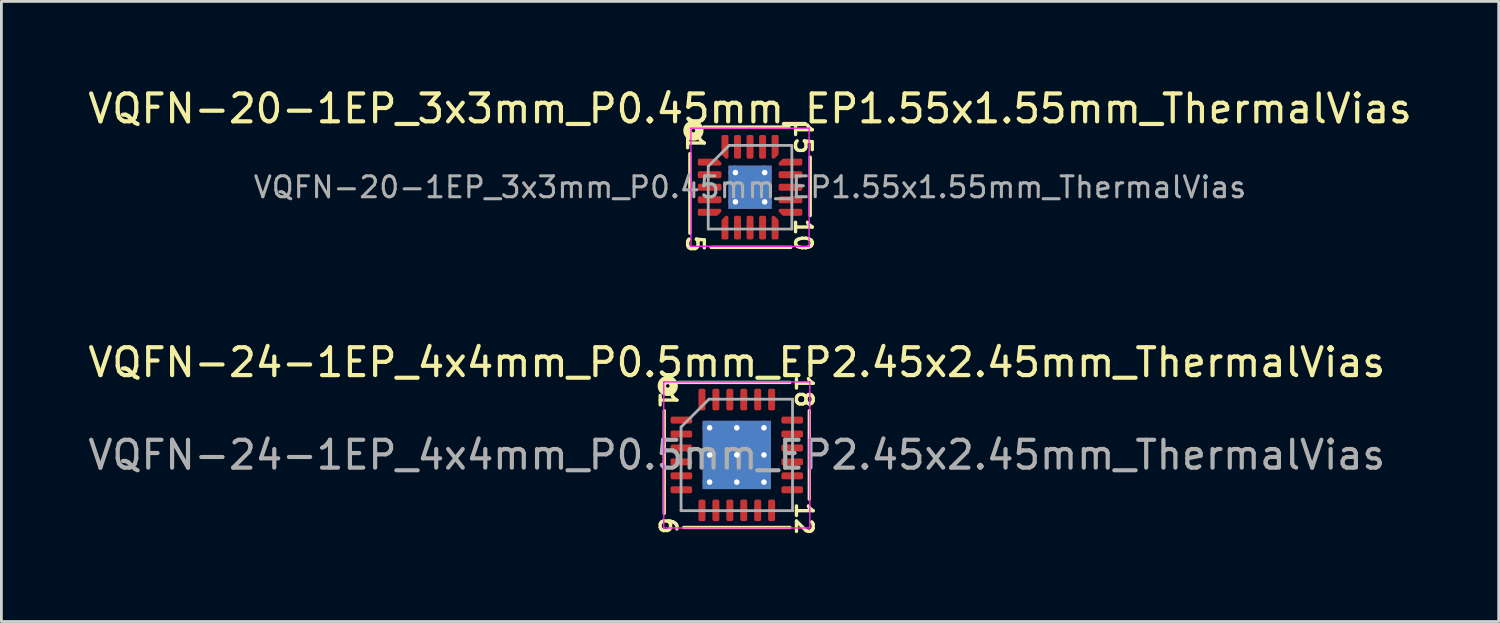
<source format=kicad_pcb>
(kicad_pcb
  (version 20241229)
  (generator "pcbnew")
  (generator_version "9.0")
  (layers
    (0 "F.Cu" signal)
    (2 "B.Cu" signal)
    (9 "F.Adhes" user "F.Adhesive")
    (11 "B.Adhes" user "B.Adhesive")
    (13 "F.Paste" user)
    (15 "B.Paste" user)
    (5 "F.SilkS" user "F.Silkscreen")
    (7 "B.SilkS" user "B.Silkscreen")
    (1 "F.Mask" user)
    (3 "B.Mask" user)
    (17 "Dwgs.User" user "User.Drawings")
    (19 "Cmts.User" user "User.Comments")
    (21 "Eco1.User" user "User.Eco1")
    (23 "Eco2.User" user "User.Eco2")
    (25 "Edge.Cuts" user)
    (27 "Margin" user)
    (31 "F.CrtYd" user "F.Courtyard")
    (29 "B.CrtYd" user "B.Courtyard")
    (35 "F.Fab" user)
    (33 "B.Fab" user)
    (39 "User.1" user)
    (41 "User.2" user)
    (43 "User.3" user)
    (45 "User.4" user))
  (footprint "VQFN-24-1EP_4x4mm_P0.5mm_EP2.45x2.45mm_ThermalVias"
    (layer "F.Cu")
    (at 23.387 13.274)
    (property "Reference" "VQFN-24-1EP_4x4mm_P0.5mm_EP2.45x2.45mm_ThermalVias" (at 0 -3.32 0) (layer "F.SilkS") (effects (font (size 1 1) (thickness 0.15))))
    (attr smd)
    (fp_line (start -2.603 -1.587) (end -2.603 2.095) (stroke (width 0.12) (type solid)) (layer "F.SilkS"))
    (fp_line (start -1.905 2.603) (end 1.905 2.603) (stroke (width 0.12) (type solid)) (layer "F.SilkS"))
    (fp_line (start 1.905 -2.603) (end -2.095 -2.603) (stroke (width 0.12) (type solid)) (layer "F.SilkS"))
    (fp_line (start 2.603 1.587) (end 2.603 -1.587) (stroke (width 0.12) (type solid)) (layer "F.SilkS"))
    (fp_circle (center -2.477 -2.477) (end -2.413 -2.477) (stroke (width 0.3) (type solid)) (fill no) (layer "F.SilkS"))
    (fp_line (start -2.62 -2.62) (end -2.62 2.62) (stroke (width 0.05) (type solid)) (layer "F.CrtYd"))
    (fp_line (start -2.62 2.62) (end 2.62 2.62) (stroke (width 0.05) (type solid)) (layer "F.CrtYd"))
    (fp_line (start 2.62 -2.62) (end -2.62 -2.62) (stroke (width 0.05) (type solid)) (layer "F.CrtYd"))
    (fp_line (start 2.62 2.62) (end 2.62 -2.62) (stroke (width 0.05) (type solid)) (layer "F.CrtYd"))
    (fp_line (start -2 -1) (end -1 -2) (stroke (width 0.1) (type solid)) (layer "F.Fab"))
    (fp_line (start -2 2) (end -2 -1) (stroke (width 0.1) (type solid)) (layer "F.Fab"))
    (fp_line (start -1 -2) (end 2 -2) (stroke (width 0.1) (type solid)) (layer "F.Fab"))
    (fp_line (start 2 -2) (end 2 2) (stroke (width 0.1) (type solid)) (layer "F.Fab"))
    (fp_line (start 2 2) (end -2 2) (stroke (width 0.1) (type solid)) (layer "F.Fab"))
    (fp_text user "1" (at -2.477 -1.968 270) (unlocked yes) (layer "F.SilkS") (effects (font (size 0.6 0.6) (thickness 0.12))))
    (fp_text user "18" (at 2.413 -2.286 270) (unlocked yes) (layer "F.SilkS") (effects (font (size 0.6 0.6) (thickness 0.12))))
    (fp_text user "12" (at 2.413 2.286 270) (unlocked yes) (layer "F.SilkS") (effects (font (size 0.6 0.6) (thickness 0.12))))
    (fp_text user "6" (at -2.477 2.54 270) (unlocked yes) (layer "F.SilkS") (effects (font (size 0.6 0.6) (thickness 0.12))))
    (fp_text user "${REFERENCE}" (at 0 0 0) (layer "F.Fab") (effects (font (size 1 1) (thickness 0.15))))
    (pad "" smd custom (at -0.487 -0.487) (size 0.756 0.756) (layers "F.Paste") (options (anchor circle)) (primitives (gr_poly (pts (xy -0.301 -0.175) (xy -0.175 -0.301) (xy 0.175 -0.301) (xy 0.301 -0.175) (xy 0.301 0.175) (xy 0.175 0.301) (xy -0.175 0.301) (xy -0.301 0.175)) (width 0.306) (fill yes))))
    (pad "" smd custom (at -0.487 0.487) (size 0.756 0.756) (layers "F.Paste") (options (anchor circle)) (primitives (gr_poly (pts (xy -0.301 -0.175) (xy -0.175 -0.301) (xy 0.175 -0.301) (xy 0.301 -0.175) (xy 0.301 0.175) (xy 0.175 0.301) (xy -0.175 0.301) (xy -0.301 0.175)) (width 0.306) (fill yes))))
    (pad "" smd custom (at 0.487 -0.487) (size 0.756 0.756) (layers "F.Paste") (options (anchor circle)) (primitives (gr_poly (pts (xy -0.301 -0.175) (xy -0.175 -0.301) (xy 0.175 -0.301) (xy 0.301 -0.175) (xy 0.301 0.175) (xy 0.175 0.301) (xy -0.175 0.301) (xy -0.301 0.175)) (width 0.306) (fill yes))))
    (pad "" smd custom (at 0.487 0.487) (size 0.756 0.756) (layers "F.Paste") (options (anchor circle)) (primitives (gr_poly (pts (xy -0.301 -0.175) (xy -0.175 -0.301) (xy 0.175 -0.301) (xy 0.301 -0.175) (xy 0.301 0.175) (xy 0.175 0.301) (xy -0.175 0.301) (xy -0.301 0.175)) (width 0.306) (fill yes))))
    (pad "1" smd roundrect (at -1.988 -1.25) (size 0.775 0.25) (layers "F.Cu" "F.Mask" "F.Paste") (roundrect_rratio 0.25))
    (pad "2" smd roundrect (at -1.988 -0.75) (size 0.775 0.25) (layers "F.Cu" "F.Mask" "F.Paste") (roundrect_rratio 0.25))
    (pad "3" smd roundrect (at -1.988 -0.25) (size 0.775 0.25) (layers "F.Cu" "F.Mask" "F.Paste") (roundrect_rratio 0.25))
    (pad "4" smd roundrect (at -1.988 0.25) (size 0.775 0.25) (layers "F.Cu" "F.Mask" "F.Paste") (roundrect_rratio 0.25))
    (pad "5" smd roundrect (at -1.988 0.75) (size 0.775 0.25) (layers "F.Cu" "F.Mask" "F.Paste") (roundrect_rratio 0.25))
    (pad "6" smd roundrect (at -1.988 1.25) (size 0.775 0.25) (layers "F.Cu" "F.Mask" "F.Paste") (roundrect_rratio 0.25))
    (pad "7" smd roundrect (at -1.25 1.988) (size 0.25 0.775) (layers "F.Cu" "F.Mask" "F.Paste") (roundrect_rratio 0.25))
    (pad "8" smd roundrect (at -0.75 1.988) (size 0.25 0.775) (layers "F.Cu" "F.Mask" "F.Paste") (roundrect_rratio 0.25))
    (pad "9" smd roundrect (at -0.25 1.988) (size 0.25 0.775) (layers "F.Cu" "F.Mask" "F.Paste") (roundrect_rratio 0.25))
    (pad "10" smd roundrect (at 0.25 1.988) (size 0.25 0.775) (layers "F.Cu" "F.Mask" "F.Paste") (roundrect_rratio 0.25))
    (pad "11" smd roundrect (at 0.75 1.988) (size 0.25 0.775) (layers "F.Cu" "F.Mask" "F.Paste") (roundrect_rratio 0.25))
    (pad "12" smd roundrect (at 1.25 1.988) (size 0.25 0.775) (layers "F.Cu" "F.Mask" "F.Paste") (roundrect_rratio 0.25))
    (pad "13" smd roundrect (at 1.988 1.25) (size 0.775 0.25) (layers "F.Cu" "F.Mask" "F.Paste") (roundrect_rratio 0.25))
    (pad "14" smd roundrect (at 1.988 0.75) (size 0.775 0.25) (layers "F.Cu" "F.Mask" "F.Paste") (roundrect_rratio 0.25))
    (pad "15" smd roundrect (at 1.988 0.25) (size 0.775 0.25) (layers "F.Cu" "F.Mask" "F.Paste") (roundrect_rratio 0.25))
    (pad "16" smd roundrect (at 1.988 -0.25) (size 0.775 0.25) (layers "F.Cu" "F.Mask" "F.Paste") (roundrect_rratio 0.25))
    (pad "17" smd roundrect (at 1.988 -0.75) (size 0.775 0.25) (layers "F.Cu" "F.Mask" "F.Paste") (roundrect_rratio 0.25))
    (pad "18" smd roundrect (at 1.988 -1.25) (size 0.775 0.25) (layers "F.Cu" "F.Mask" "F.Paste") (roundrect_rratio 0.25))
    (pad "19" smd roundrect (at 1.25 -1.988) (size 0.25 0.775) (layers "F.Cu" "F.Mask" "F.Paste") (roundrect_rratio 0.25))
    (pad "20" smd roundrect (at 0.75 -1.988) (size 0.25 0.775) (layers "F.Cu" "F.Mask" "F.Paste") (roundrect_rratio 0.25))
    (pad "21" smd roundrect (at 0.25 -1.988) (size 0.25 0.775) (layers "F.Cu" "F.Mask" "F.Paste") (roundrect_rratio 0.25))
    (pad "22" smd roundrect (at -0.25 -1.988) (size 0.25 0.775) (layers "F.Cu" "F.Mask" "F.Paste") (roundrect_rratio 0.25))
    (pad "23" smd roundrect (at -0.75 -1.988) (size 0.25 0.775) (layers "F.Cu" "F.Mask" "F.Paste") (roundrect_rratio 0.25))
    (pad "24" smd roundrect (at -1.25 -1.988) (size 0.25 0.775) (layers "F.Cu" "F.Mask" "F.Paste") (roundrect_rratio 0.25))
    (pad "25" thru_hole circle (at -0.975 -0.975) (size 0.5 0.5) (drill 0.2) (layers "*.Cu"))
    (pad "25" thru_hole circle (at -0.975 0) (size 0.5 0.5) (drill 0.2) (layers "*.Cu"))
    (pad "25" thru_hole circle (at -0.975 0.975) (size 0.5 0.5) (drill 0.2) (layers "*.Cu"))
    (pad "25" thru_hole circle (at 0 -0.975) (size 0.5 0.5) (drill 0.2) (layers "*.Cu"))
    (pad "25" thru_hole circle (at 0 0) (size 0.5 0.5) (drill 0.2) (layers "*.Cu"))
    (pad "25" smd rect (at 0 0) (size 2.45 2.45) (layers "F.Cu" "F.Mask"))
    (pad "25" smd rect (at 0 0) (size 2.45 2.45) (layers "B.Cu" "B.Mask"))
    (pad "25" thru_hole circle (at 0 0.975) (size 0.5 0.5) (drill 0.2) (layers "*.Cu"))
    (pad "25" thru_hole circle (at 0.975 -0.975) (size 0.5 0.5) (drill 0.2) (layers "*.Cu"))
    (pad "25" thru_hole circle (at 0.975 0) (size 0.5 0.5) (drill 0.2) (layers "*.Cu"))
    (pad "25" thru_hole circle (at 0.975 0.975) (size 0.5 0.5) (drill 0.2) (layers "*.Cu")))
  (footprint "VQFN-20-1EP_3x3mm_P0.45mm_EP1.55x1.55mm_ThermalVias"
    (layer "F.Cu")
    (at 23.863 3.668)
    (property "Reference" "VQFN-20-1EP_3x3mm_P0.45mm_EP1.55x1.55mm_ThermalVias" (at 0 -2.82 0) (layer "F.SilkS") (effects (font (size 1 1) (thickness 0.15))))
    (attr smd)
    (fp_line (start -2.159 -1.206) (end -2.159 1.651) (stroke (width 0.12) (type solid)) (layer "F.SilkS"))
    (fp_line (start -1.397 2.159) (end 1.46 2.159) (stroke (width 0.12) (type solid)) (layer "F.SilkS"))
    (fp_line (start 1.397 -2.159) (end -1.651 -2.159) (stroke (width 0.12) (type solid)) (layer "F.SilkS"))
    (fp_line (start 2.159 1.016) (end 2.159 -1.079) (stroke (width 0.12) (type solid)) (layer "F.SilkS"))
    (fp_circle (center -2.032 -2.032) (end -1.968 -2.032) (stroke (width 0.3) (type solid)) (fill no) (layer "F.SilkS"))
    (fp_line (start -2.12 -2.12) (end -2.12 2.12) (stroke (width 0.05) (type solid)) (layer "F.CrtYd"))
    (fp_line (start -2.12 2.12) (end 2.12 2.12) (stroke (width 0.05) (type solid)) (layer "F.CrtYd"))
    (fp_line (start 2.12 -2.12) (end -2.12 -2.12) (stroke (width 0.05) (type solid)) (layer "F.CrtYd"))
    (fp_line (start 2.12 2.12) (end 2.12 -2.12) (stroke (width 0.05) (type solid)) (layer "F.CrtYd"))
    (fp_line (start -1.5 -0.75) (end -0.75 -1.5) (stroke (width 0.1) (type solid)) (layer "F.Fab"))
    (fp_line (start -1.5 1.5) (end -1.5 -0.75) (stroke (width 0.1) (type solid)) (layer "F.Fab"))
    (fp_line (start -0.75 -1.5) (end 1.5 -1.5) (stroke (width 0.1) (type solid)) (layer "F.Fab"))
    (fp_line (start 1.5 -1.5) (end 1.5 1.5) (stroke (width 0.1) (type solid)) (layer "F.Fab"))
    (fp_line (start 1.5 1.5) (end -1.5 1.5) (stroke (width 0.1) (type solid)) (layer "F.Fab"))
    (fp_text user "5" (at -1.968 2.032 270) (unlocked yes) (layer "F.SilkS") (effects (font (size 0.6 0.6) (thickness 0.12))))
    (fp_text user "15" (at 1.905 -1.778 270) (unlocked yes) (layer "F.SilkS") (effects (font (size 0.6 0.6) (thickness 0.12))))
    (fp_text user "10" (at 1.905 1.714 270) (unlocked yes) (layer "F.SilkS") (effects (font (size 0.6 0.6) (thickness 0.12))))
    (fp_text user "1" (at -1.968 -1.587 270) (unlocked yes) (layer "F.SilkS") (effects (font (size 0.6 0.6) (thickness 0.12))))
    (fp_text user "${REFERENCE}" (at 0 0 0) (layer "F.Fab") (effects (font (size 0.75 0.75) (thickness 0.11))))
    (pad "" smd roundrect (at -0.39 -0.39) (size 0.67 0.67) (layers "F.Paste") (roundrect_rratio 0.25))
    (pad "" smd roundrect (at -0.39 0.39) (size 0.67 0.67) (layers "F.Paste") (roundrect_rratio 0.25))
    (pad "" smd roundrect (at 0.39 -0.39) (size 0.67 0.67) (layers "F.Paste") (roundrect_rratio 0.25))
    (pad "" smd roundrect (at 0.39 0.39) (size 0.67 0.67) (layers "F.Paste") (roundrect_rratio 0.25))
    (pad "1" smd custom (at -1.45 -0.9) (size 0.144 0.144) (layers "F.Cu" "F.Mask" "F.Paste") (options (anchor circle)) (primitives (gr_poly (pts (xy -0.375 -0.075) (xy 0.254 -0.075) (xy 0.375 0.046) (xy 0.375 0.075) (xy -0.375 0.075)) (width 0.1) (fill yes))))
    (pad "2" smd roundrect (at -1.45 -0.45) (size 0.85 0.25) (layers "F.Cu" "F.Mask" "F.Paste") (roundrect_rratio 0.25))
    (pad "3" smd roundrect (at -1.45 0) (size 0.85 0.25) (layers "F.Cu" "F.Mask" "F.Paste") (roundrect_rratio 0.25))
    (pad "4" smd roundrect (at -1.45 0.45) (size 0.85 0.25) (layers "F.Cu" "F.Mask" "F.Paste") (roundrect_rratio 0.25))
    (pad "5" smd custom (at -1.45 0.9) (size 0.144 0.144) (layers "F.Cu" "F.Mask" "F.Paste") (options (anchor circle)) (primitives (gr_poly (pts (xy -0.375 -0.075) (xy 0.375 -0.075) (xy 0.375 -0.046) (xy 0.254 0.075) (xy -0.375 0.075)) (width 0.1) (fill yes))))
    (pad "6" smd custom (at -0.9 1.45) (size 0.144 0.144) (layers "F.Cu" "F.Mask" "F.Paste") (options (anchor circle)) (primitives (gr_poly (pts (xy -0.075 -0.254) (xy 0.046 -0.375) (xy 0.075 -0.375) (xy 0.075 0.375) (xy -0.075 0.375)) (width 0.1) (fill yes))))
    (pad "7" smd roundrect (at -0.45 1.45) (size 0.25 0.85) (layers "F.Cu" "F.Mask" "F.Paste") (roundrect_rratio 0.25))
    (pad "8" smd roundrect (at 0 1.45) (size 0.25 0.85) (layers "F.Cu" "F.Mask" "F.Paste") (roundrect_rratio 0.25))
    (pad "9" smd roundrect (at 0.45 1.45) (size 0.25 0.85) (layers "F.Cu" "F.Mask" "F.Paste") (roundrect_rratio 0.25))
    (pad "10" smd custom (at 0.9 1.45) (size 0.144 0.144) (layers "F.Cu" "F.Mask" "F.Paste") (options (anchor circle)) (primitives (gr_poly (pts (xy -0.075 -0.375) (xy -0.046 -0.375) (xy 0.075 -0.254) (xy 0.075 0.375) (xy -0.075 0.375)) (width 0.1) (fill yes))))
    (pad "11" smd custom (at 1.45 0.9) (size 0.144 0.144) (layers "F.Cu" "F.Mask" "F.Paste") (options (anchor circle)) (primitives (gr_poly (pts (xy -0.375 -0.075) (xy 0.375 -0.075) (xy 0.375 0.075) (xy -0.254 0.075) (xy -0.375 -0.046)) (width 0.1) (fill yes))))
    (pad "12" smd roundrect (at 1.45 0.45) (size 0.85 0.25) (layers "F.Cu" "F.Mask" "F.Paste") (roundrect_rratio 0.25))
    (pad "13" smd roundrect (at 1.45 0) (size 0.85 0.25) (layers "F.Cu" "F.Mask" "F.Paste") (roundrect_rratio 0.25))
    (pad "14" smd roundrect (at 1.45 -0.45) (size 0.85 0.25) (layers "F.Cu" "F.Mask" "F.Paste") (roundrect_rratio 0.25))
    (pad "15" smd custom (at 1.45 -0.9) (size 0.144 0.144) (layers "F.Cu" "F.Mask" "F.Paste") (options (anchor circle)) (primitives (gr_poly (pts (xy -0.375 0.046) (xy -0.254 -0.075) (xy 0.375 -0.075) (xy 0.375 0.075) (xy -0.375 0.075)) (width 0.1) (fill yes))))
    (pad "16" smd custom (at 0.9 -1.45) (size 0.144 0.144) (layers "F.Cu" "F.Mask" "F.Paste") (options (anchor circle)) (primitives (gr_poly (pts (xy -0.075 -0.375) (xy 0.075 -0.375) (xy 0.075 0.254) (xy -0.046 0.375) (xy -0.075 0.375)) (width 0.1) (fill yes))))
    (pad "17" smd roundrect (at 0.45 -1.45) (size 0.25 0.85) (layers "F.Cu" "F.Mask" "F.Paste") (roundrect_rratio 0.25))
    (pad "18" smd roundrect (at 0 -1.45) (size 0.25 0.85) (layers "F.Cu" "F.Mask" "F.Paste") (roundrect_rratio 0.25))
    (pad "19" smd roundrect (at -0.45 -1.45) (size 0.25 0.85) (layers "F.Cu" "F.Mask" "F.Paste") (roundrect_rratio 0.25))
    (pad "20" smd custom (at -0.9 -1.45) (size 0.144 0.144) (layers "F.Cu" "F.Mask" "F.Paste") (options (anchor circle)) (primitives (gr_poly (pts (xy -0.075 -0.375) (xy 0.075 -0.375) (xy 0.075 0.375) (xy 0.046 0.375) (xy -0.075 0.254)) (width 0.1) (fill yes))))
    (pad "21" thru_hole circle (at -0.525 -0.525) (size 0.5 0.5) (drill 0.2) (layers "*.Cu"))
    (pad "21" thru_hole circle (at -0.525 0.525) (size 0.5 0.5) (drill 0.2) (layers "*.Cu"))
    (pad "21" smd rect (at 0 0) (size 1.55 1.55) (layers "F.Cu" "F.Mask"))
    (pad "21" smd rect (at 0 0) (size 1.55 1.55) (layers "B.Cu" "B.Mask"))
    (pad "21" thru_hole circle (at 0.525 -0.525) (size 0.5 0.5) (drill 0.2) (layers "*.Cu"))
    (pad "21" thru_hole circle (at 0.525 0.525) (size 0.5 0.5) (drill 0.2) (layers "*.Cu")))
  (gr_rect
    (start -3 -3)
    (end 50.726 19.252)
    (stroke (width 0.1) (type default))
    (fill no)
    (layer "Edge.Cuts")))
</source>
